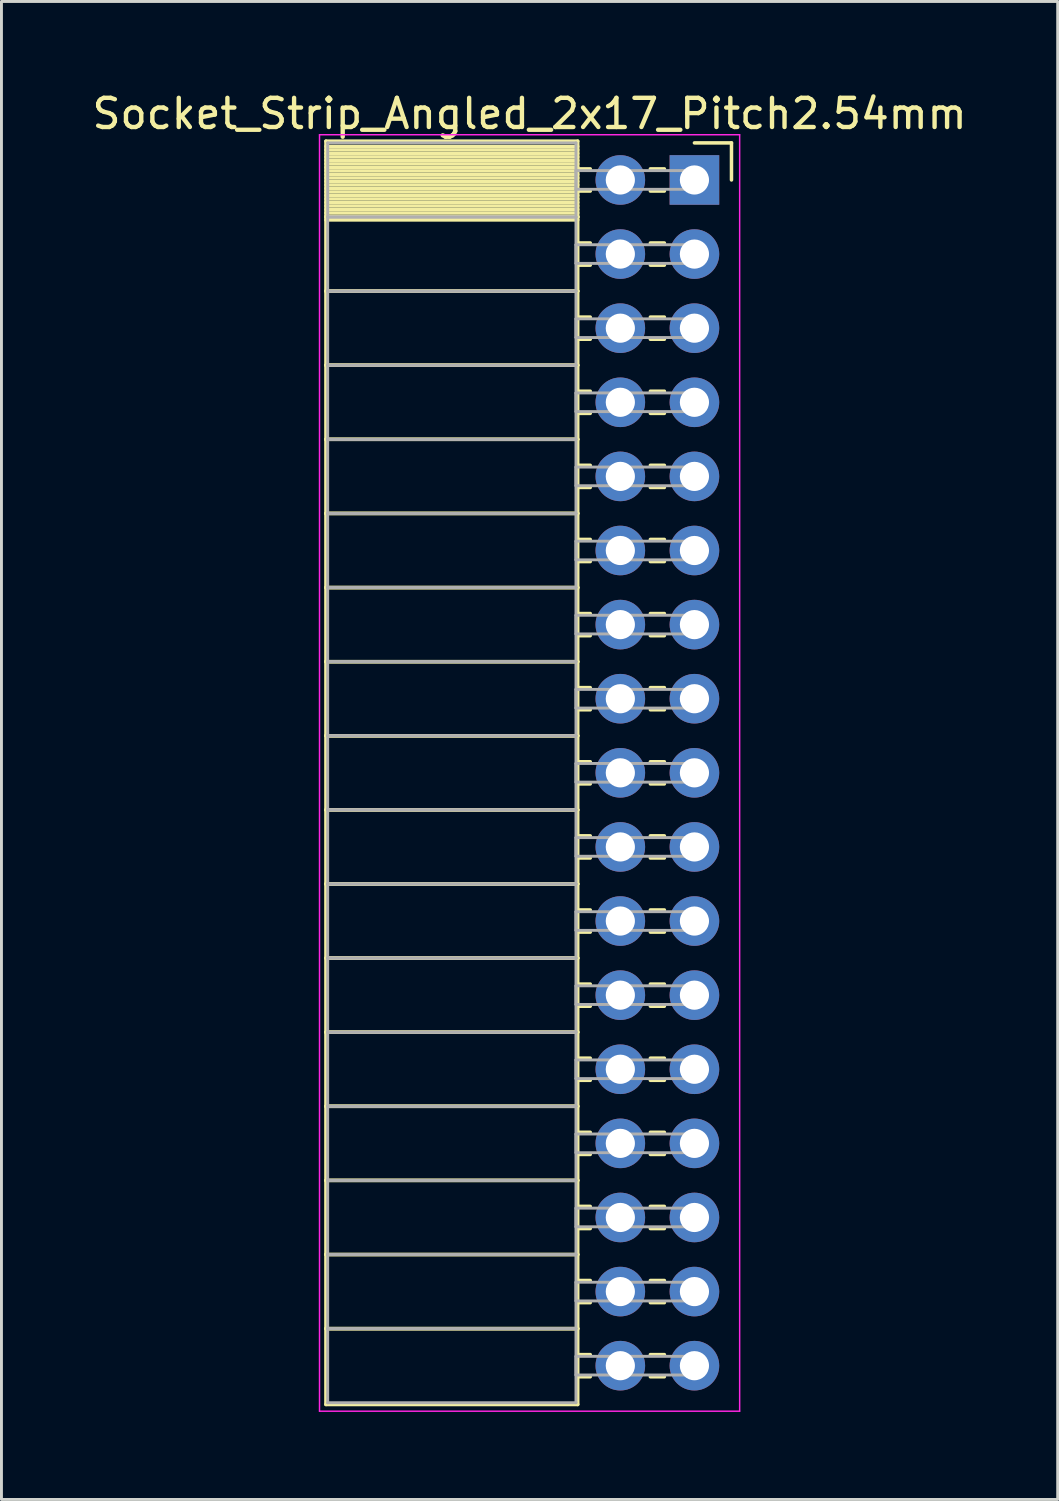
<source format=kicad_pcb>
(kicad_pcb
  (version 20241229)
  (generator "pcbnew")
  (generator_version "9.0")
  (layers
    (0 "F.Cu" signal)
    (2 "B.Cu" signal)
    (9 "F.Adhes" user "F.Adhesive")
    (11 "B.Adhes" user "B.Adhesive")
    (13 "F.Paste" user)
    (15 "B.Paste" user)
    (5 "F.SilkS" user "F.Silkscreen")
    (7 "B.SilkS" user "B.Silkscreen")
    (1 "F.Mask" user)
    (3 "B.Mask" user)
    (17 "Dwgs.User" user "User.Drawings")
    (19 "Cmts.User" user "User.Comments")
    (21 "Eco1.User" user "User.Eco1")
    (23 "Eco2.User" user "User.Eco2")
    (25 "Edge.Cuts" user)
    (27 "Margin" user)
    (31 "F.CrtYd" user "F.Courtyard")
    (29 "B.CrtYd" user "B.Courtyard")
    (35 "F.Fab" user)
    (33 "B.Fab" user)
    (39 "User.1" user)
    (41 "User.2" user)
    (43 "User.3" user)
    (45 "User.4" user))
  (footprint "Socket_Strip_Angled_2x17_Pitch2.54mm"
    (layer "F.Cu")
    (at 20.751 3.118)
    (property "Reference" "Socket_Strip_Angled_2x17_Pitch2.54mm" (at -5.65 -2.27 0) (layer "F.SilkS") (effects (font (size 1 1) (thickness 0.15))))
    (attr through_hole)
    (fp_line (start -12.63 -1.33) (end -4 -1.33) (stroke (width 0.12) (type solid)) (layer "F.SilkS"))
    (fp_line (start -12.63 1.27) (end -12.63 -1.33) (stroke (width 0.12) (type solid)) (layer "F.SilkS"))
    (fp_line (start -12.63 1.27) (end -4 1.27) (stroke (width 0.12) (type solid)) (layer "F.SilkS"))
    (fp_line (start -12.63 3.81) (end -12.63 1.27) (stroke (width 0.12) (type solid)) (layer "F.SilkS"))
    (fp_line (start -12.63 3.81) (end -4 3.81) (stroke (width 0.12) (type solid)) (layer "F.SilkS"))
    (fp_line (start -12.63 6.35) (end -12.63 3.81) (stroke (width 0.12) (type solid)) (layer "F.SilkS"))
    (fp_line (start -12.63 6.35) (end -4 6.35) (stroke (width 0.12) (type solid)) (layer "F.SilkS"))
    (fp_line (start -12.63 8.89) (end -12.63 6.35) (stroke (width 0.12) (type solid)) (layer "F.SilkS"))
    (fp_line (start -12.63 8.89) (end -4 8.89) (stroke (width 0.12) (type solid)) (layer "F.SilkS"))
    (fp_line (start -12.63 11.43) (end -12.63 8.89) (stroke (width 0.12) (type solid)) (layer "F.SilkS"))
    (fp_line (start -12.63 11.43) (end -4 11.43) (stroke (width 0.12) (type solid)) (layer "F.SilkS"))
    (fp_line (start -12.63 13.97) (end -12.63 11.43) (stroke (width 0.12) (type solid)) (layer "F.SilkS"))
    (fp_line (start -12.63 13.97) (end -4 13.97) (stroke (width 0.12) (type solid)) (layer "F.SilkS"))
    (fp_line (start -12.63 16.51) (end -12.63 13.97) (stroke (width 0.12) (type solid)) (layer "F.SilkS"))
    (fp_line (start -12.63 16.51) (end -4 16.51) (stroke (width 0.12) (type solid)) (layer "F.SilkS"))
    (fp_line (start -12.63 19.05) (end -12.63 16.51) (stroke (width 0.12) (type solid)) (layer "F.SilkS"))
    (fp_line (start -12.63 19.05) (end -4 19.05) (stroke (width 0.12) (type solid)) (layer "F.SilkS"))
    (fp_line (start -12.63 21.59) (end -12.63 19.05) (stroke (width 0.12) (type solid)) (layer "F.SilkS"))
    (fp_line (start -12.63 21.59) (end -4 21.59) (stroke (width 0.12) (type solid)) (layer "F.SilkS"))
    (fp_line (start -12.63 24.13) (end -12.63 21.59) (stroke (width 0.12) (type solid)) (layer "F.SilkS"))
    (fp_line (start -12.63 24.13) (end -4 24.13) (stroke (width 0.12) (type solid)) (layer "F.SilkS"))
    (fp_line (start -12.63 26.67) (end -12.63 24.13) (stroke (width 0.12) (type solid)) (layer "F.SilkS"))
    (fp_line (start -12.63 26.67) (end -4 26.67) (stroke (width 0.12) (type solid)) (layer "F.SilkS"))
    (fp_line (start -12.63 29.21) (end -12.63 26.67) (stroke (width 0.12) (type solid)) (layer "F.SilkS"))
    (fp_line (start -12.63 29.21) (end -4 29.21) (stroke (width 0.12) (type solid)) (layer "F.SilkS"))
    (fp_line (start -12.63 31.75) (end -12.63 29.21) (stroke (width 0.12) (type solid)) (layer "F.SilkS"))
    (fp_line (start -12.63 31.75) (end -4 31.75) (stroke (width 0.12) (type solid)) (layer "F.SilkS"))
    (fp_line (start -12.63 34.29) (end -12.63 31.75) (stroke (width 0.12) (type solid)) (layer "F.SilkS"))
    (fp_line (start -12.63 34.29) (end -4 34.29) (stroke (width 0.12) (type solid)) (layer "F.SilkS"))
    (fp_line (start -12.63 36.83) (end -12.63 34.29) (stroke (width 0.12) (type solid)) (layer "F.SilkS"))
    (fp_line (start -12.63 36.83) (end -4 36.83) (stroke (width 0.12) (type solid)) (layer "F.SilkS"))
    (fp_line (start -12.63 39.37) (end -12.63 36.83) (stroke (width 0.12) (type solid)) (layer "F.SilkS"))
    (fp_line (start -12.63 39.37) (end -4 39.37) (stroke (width 0.12) (type solid)) (layer "F.SilkS"))
    (fp_line (start -12.63 41.97) (end -12.63 39.37) (stroke (width 0.12) (type solid)) (layer "F.SilkS"))
    (fp_line (start -4 -1.33) (end -4 1.27) (stroke (width 0.12) (type solid)) (layer "F.SilkS"))
    (fp_line (start -4 -1.15) (end -12.63 -1.15) (stroke (width 0.12) (type solid)) (layer "F.SilkS"))
    (fp_line (start -4 -1.03) (end -12.63 -1.03) (stroke (width 0.12) (type solid)) (layer "F.SilkS"))
    (fp_line (start -4 -0.91) (end -12.63 -0.91) (stroke (width 0.12) (type solid)) (layer "F.SilkS"))
    (fp_line (start -4 -0.79) (end -12.63 -0.79) (stroke (width 0.12) (type solid)) (layer "F.SilkS"))
    (fp_line (start -4 -0.67) (end -12.63 -0.67) (stroke (width 0.12) (type solid)) (layer "F.SilkS"))
    (fp_line (start -4 -0.55) (end -12.63 -0.55) (stroke (width 0.12) (type solid)) (layer "F.SilkS"))
    (fp_line (start -4 -0.43) (end -12.63 -0.43) (stroke (width 0.12) (type solid)) (layer "F.SilkS"))
    (fp_line (start -4 -0.31) (end -12.63 -0.31) (stroke (width 0.12) (type solid)) (layer "F.SilkS"))
    (fp_line (start -4 -0.19) (end -12.63 -0.19) (stroke (width 0.12) (type solid)) (layer "F.SilkS"))
    (fp_line (start -4 -0.07) (end -12.63 -0.07) (stroke (width 0.12) (type solid)) (layer "F.SilkS"))
    (fp_line (start -4 0.05) (end -12.63 0.05) (stroke (width 0.12) (type solid)) (layer "F.SilkS"))
    (fp_line (start -4 0.17) (end -12.63 0.17) (stroke (width 0.12) (type solid)) (layer "F.SilkS"))
    (fp_line (start -4 0.29) (end -12.63 0.29) (stroke (width 0.12) (type solid)) (layer "F.SilkS"))
    (fp_line (start -4 0.41) (end -12.63 0.41) (stroke (width 0.12) (type solid)) (layer "F.SilkS"))
    (fp_line (start -4 0.53) (end -12.63 0.53) (stroke (width 0.12) (type solid)) (layer "F.SilkS"))
    (fp_line (start -4 0.65) (end -12.63 0.65) (stroke (width 0.12) (type solid)) (layer "F.SilkS"))
    (fp_line (start -4 0.77) (end -12.63 0.77) (stroke (width 0.12) (type solid)) (layer "F.SilkS"))
    (fp_line (start -4 0.89) (end -12.63 0.89) (stroke (width 0.12) (type solid)) (layer "F.SilkS"))
    (fp_line (start -4 1.01) (end -12.63 1.01) (stroke (width 0.12) (type solid)) (layer "F.SilkS"))
    (fp_line (start -4 1.13) (end -12.63 1.13) (stroke (width 0.12) (type solid)) (layer "F.SilkS"))
    (fp_line (start -4 1.25) (end -12.63 1.25) (stroke (width 0.12) (type solid)) (layer "F.SilkS"))
    (fp_line (start -4 1.27) (end -12.63 1.27) (stroke (width 0.12) (type solid)) (layer "F.SilkS"))
    (fp_line (start -4 1.27) (end -4 3.81) (stroke (width 0.12) (type solid)) (layer "F.SilkS"))
    (fp_line (start -4 1.37) (end -12.63 1.37) (stroke (width 0.12) (type solid)) (layer "F.SilkS"))
    (fp_line (start -4 3.81) (end -12.63 3.81) (stroke (width 0.12) (type solid)) (layer "F.SilkS"))
    (fp_line (start -4 3.81) (end -4 6.35) (stroke (width 0.12) (type solid)) (layer "F.SilkS"))
    (fp_line (start -4 6.35) (end -12.63 6.35) (stroke (width 0.12) (type solid)) (layer "F.SilkS"))
    (fp_line (start -4 6.35) (end -4 8.89) (stroke (width 0.12) (type solid)) (layer "F.SilkS"))
    (fp_line (start -4 8.89) (end -12.63 8.89) (stroke (width 0.12) (type solid)) (layer "F.SilkS"))
    (fp_line (start -4 8.89) (end -4 11.43) (stroke (width 0.12) (type solid)) (layer "F.SilkS"))
    (fp_line (start -4 11.43) (end -12.63 11.43) (stroke (width 0.12) (type solid)) (layer "F.SilkS"))
    (fp_line (start -4 11.43) (end -4 13.97) (stroke (width 0.12) (type solid)) (layer "F.SilkS"))
    (fp_line (start -4 13.97) (end -12.63 13.97) (stroke (width 0.12) (type solid)) (layer "F.SilkS"))
    (fp_line (start -4 13.97) (end -4 16.51) (stroke (width 0.12) (type solid)) (layer "F.SilkS"))
    (fp_line (start -4 16.51) (end -12.63 16.51) (stroke (width 0.12) (type solid)) (layer "F.SilkS"))
    (fp_line (start -4 16.51) (end -4 19.05) (stroke (width 0.12) (type solid)) (layer "F.SilkS"))
    (fp_line (start -4 19.05) (end -12.63 19.05) (stroke (width 0.12) (type solid)) (layer "F.SilkS"))
    (fp_line (start -4 19.05) (end -4 21.59) (stroke (width 0.12) (type solid)) (layer "F.SilkS"))
    (fp_line (start -4 21.59) (end -12.63 21.59) (stroke (width 0.12) (type solid)) (layer "F.SilkS"))
    (fp_line (start -4 21.59) (end -4 24.13) (stroke (width 0.12) (type solid)) (layer "F.SilkS"))
    (fp_line (start -4 24.13) (end -12.63 24.13) (stroke (width 0.12) (type solid)) (layer "F.SilkS"))
    (fp_line (start -4 24.13) (end -4 26.67) (stroke (width 0.12) (type solid)) (layer "F.SilkS"))
    (fp_line (start -4 26.67) (end -12.63 26.67) (stroke (width 0.12) (type solid)) (layer "F.SilkS"))
    (fp_line (start -4 26.67) (end -4 29.21) (stroke (width 0.12) (type solid)) (layer "F.SilkS"))
    (fp_line (start -4 29.21) (end -12.63 29.21) (stroke (width 0.12) (type solid)) (layer "F.SilkS"))
    (fp_line (start -4 29.21) (end -4 31.75) (stroke (width 0.12) (type solid)) (layer "F.SilkS"))
    (fp_line (start -4 31.75) (end -12.63 31.75) (stroke (width 0.12) (type solid)) (layer "F.SilkS"))
    (fp_line (start -4 31.75) (end -4 34.29) (stroke (width 0.12) (type solid)) (layer "F.SilkS"))
    (fp_line (start -4 34.29) (end -12.63 34.29) (stroke (width 0.12) (type solid)) (layer "F.SilkS"))
    (fp_line (start -4 34.29) (end -4 36.83) (stroke (width 0.12) (type solid)) (layer "F.SilkS"))
    (fp_line (start -4 36.83) (end -12.63 36.83) (stroke (width 0.12) (type solid)) (layer "F.SilkS"))
    (fp_line (start -4 36.83) (end -4 39.37) (stroke (width 0.12) (type solid)) (layer "F.SilkS"))
    (fp_line (start -4 39.37) (end -12.63 39.37) (stroke (width 0.12) (type solid)) (layer "F.SilkS"))
    (fp_line (start -4 39.37) (end -4 41.97) (stroke (width 0.12) (type solid)) (layer "F.SilkS"))
    (fp_line (start -4 41.97) (end -12.63 41.97) (stroke (width 0.12) (type solid)) (layer "F.SilkS"))
    (fp_line (start -3.57 -0.38) (end -4 -0.38) (stroke (width 0.12) (type solid)) (layer "F.SilkS"))
    (fp_line (start -3.57 0.38) (end -4 0.38) (stroke (width 0.12) (type solid)) (layer "F.SilkS"))
    (fp_line (start -3.57 2.16) (end -4 2.16) (stroke (width 0.12) (type solid)) (layer "F.SilkS"))
    (fp_line (start -3.57 2.92) (end -4 2.92) (stroke (width 0.12) (type solid)) (layer "F.SilkS"))
    (fp_line (start -3.57 4.7) (end -4 4.7) (stroke (width 0.12) (type solid)) (layer "F.SilkS"))
    (fp_line (start -3.57 5.46) (end -4 5.46) (stroke (width 0.12) (type solid)) (layer "F.SilkS"))
    (fp_line (start -3.57 7.24) (end -4 7.24) (stroke (width 0.12) (type solid)) (layer "F.SilkS"))
    (fp_line (start -3.57 8) (end -4 8) (stroke (width 0.12) (type solid)) (layer "F.SilkS"))
    (fp_line (start -3.57 9.78) (end -4 9.78) (stroke (width 0.12) (type solid)) (layer "F.SilkS"))
    (fp_line (start -3.57 10.54) (end -4 10.54) (stroke (width 0.12) (type solid)) (layer "F.SilkS"))
    (fp_line (start -3.57 12.32) (end -4 12.32) (stroke (width 0.12) (type solid)) (layer "F.SilkS"))
    (fp_line (start -3.57 13.08) (end -4 13.08) (stroke (width 0.12) (type solid)) (layer "F.SilkS"))
    (fp_line (start -3.57 14.86) (end -4 14.86) (stroke (width 0.12) (type solid)) (layer "F.SilkS"))
    (fp_line (start -3.57 15.62) (end -4 15.62) (stroke (width 0.12) (type solid)) (layer "F.SilkS"))
    (fp_line (start -3.57 17.4) (end -4 17.4) (stroke (width 0.12) (type solid)) (layer "F.SilkS"))
    (fp_line (start -3.57 18.16) (end -4 18.16) (stroke (width 0.12) (type solid)) (layer "F.SilkS"))
    (fp_line (start -3.57 19.94) (end -4 19.94) (stroke (width 0.12) (type solid)) (layer "F.SilkS"))
    (fp_line (start -3.57 20.7) (end -4 20.7) (stroke (width 0.12) (type solid)) (layer "F.SilkS"))
    (fp_line (start -3.57 22.48) (end -4 22.48) (stroke (width 0.12) (type solid)) (layer "F.SilkS"))
    (fp_line (start -3.57 23.24) (end -4 23.24) (stroke (width 0.12) (type solid)) (layer "F.SilkS"))
    (fp_line (start -3.57 25.02) (end -4 25.02) (stroke (width 0.12) (type solid)) (layer "F.SilkS"))
    (fp_line (start -3.57 25.78) (end -4 25.78) (stroke (width 0.12) (type solid)) (layer "F.SilkS"))
    (fp_line (start -3.57 27.56) (end -4 27.56) (stroke (width 0.12) (type solid)) (layer "F.SilkS"))
    (fp_line (start -3.57 28.32) (end -4 28.32) (stroke (width 0.12) (type solid)) (layer "F.SilkS"))
    (fp_line (start -3.57 30.1) (end -4 30.1) (stroke (width 0.12) (type solid)) (layer "F.SilkS"))
    (fp_line (start -3.57 30.86) (end -4 30.86) (stroke (width 0.12) (type solid)) (layer "F.SilkS"))
    (fp_line (start -3.57 32.64) (end -4 32.64) (stroke (width 0.12) (type solid)) (layer "F.SilkS"))
    (fp_line (start -3.57 33.4) (end -4 33.4) (stroke (width 0.12) (type solid)) (layer "F.SilkS"))
    (fp_line (start -3.57 35.18) (end -4 35.18) (stroke (width 0.12) (type solid)) (layer "F.SilkS"))
    (fp_line (start -3.57 35.94) (end -4 35.94) (stroke (width 0.12) (type solid)) (layer "F.SilkS"))
    (fp_line (start -3.57 37.72) (end -4 37.72) (stroke (width 0.12) (type solid)) (layer "F.SilkS"))
    (fp_line (start -3.57 38.48) (end -4 38.48) (stroke (width 0.12) (type solid)) (layer "F.SilkS"))
    (fp_line (start -3.57 40.26) (end -4 40.26) (stroke (width 0.12) (type solid)) (layer "F.SilkS"))
    (fp_line (start -3.57 41.02) (end -4 41.02) (stroke (width 0.12) (type solid)) (layer "F.SilkS"))
    (fp_line (start -1.03 -0.38) (end -1.51 -0.38) (stroke (width 0.12) (type solid)) (layer "F.SilkS"))
    (fp_line (start -1.03 0.38) (end -1.51 0.38) (stroke (width 0.12) (type solid)) (layer "F.SilkS"))
    (fp_line (start -1.03 2.16) (end -1.51 2.16) (stroke (width 0.12) (type solid)) (layer "F.SilkS"))
    (fp_line (start -1.03 2.92) (end -1.51 2.92) (stroke (width 0.12) (type solid)) (layer "F.SilkS"))
    (fp_line (start -1.03 4.7) (end -1.51 4.7) (stroke (width 0.12) (type solid)) (layer "F.SilkS"))
    (fp_line (start -1.03 5.46) (end -1.51 5.46) (stroke (width 0.12) (type solid)) (layer "F.SilkS"))
    (fp_line (start -1.03 7.24) (end -1.51 7.24) (stroke (width 0.12) (type solid)) (layer "F.SilkS"))
    (fp_line (start -1.03 8) (end -1.51 8) (stroke (width 0.12) (type solid)) (layer "F.SilkS"))
    (fp_line (start -1.03 9.78) (end -1.51 9.78) (stroke (width 0.12) (type solid)) (layer "F.SilkS"))
    (fp_line (start -1.03 10.54) (end -1.51 10.54) (stroke (width 0.12) (type solid)) (layer "F.SilkS"))
    (fp_line (start -1.03 12.32) (end -1.51 12.32) (stroke (width 0.12) (type solid)) (layer "F.SilkS"))
    (fp_line (start -1.03 13.08) (end -1.51 13.08) (stroke (width 0.12) (type solid)) (layer "F.SilkS"))
    (fp_line (start -1.03 14.86) (end -1.51 14.86) (stroke (width 0.12) (type solid)) (layer "F.SilkS"))
    (fp_line (start -1.03 15.62) (end -1.51 15.62) (stroke (width 0.12) (type solid)) (layer "F.SilkS"))
    (fp_line (start -1.03 17.4) (end -1.51 17.4) (stroke (width 0.12) (type solid)) (layer "F.SilkS"))
    (fp_line (start -1.03 18.16) (end -1.51 18.16) (stroke (width 0.12) (type solid)) (layer "F.SilkS"))
    (fp_line (start -1.03 19.94) (end -1.51 19.94) (stroke (width 0.12) (type solid)) (layer "F.SilkS"))
    (fp_line (start -1.03 20.7) (end -1.51 20.7) (stroke (width 0.12) (type solid)) (layer "F.SilkS"))
    (fp_line (start -1.03 22.48) (end -1.51 22.48) (stroke (width 0.12) (type solid)) (layer "F.SilkS"))
    (fp_line (start -1.03 23.24) (end -1.51 23.24) (stroke (width 0.12) (type solid)) (layer "F.SilkS"))
    (fp_line (start -1.03 25.02) (end -1.51 25.02) (stroke (width 0.12) (type solid)) (layer "F.SilkS"))
    (fp_line (start -1.03 25.78) (end -1.51 25.78) (stroke (width 0.12) (type solid)) (layer "F.SilkS"))
    (fp_line (start -1.03 27.56) (end -1.51 27.56) (stroke (width 0.12) (type solid)) (layer "F.SilkS"))
    (fp_line (start -1.03 28.32) (end -1.51 28.32) (stroke (width 0.12) (type solid)) (layer "F.SilkS"))
    (fp_line (start -1.03 30.1) (end -1.51 30.1) (stroke (width 0.12) (type solid)) (layer "F.SilkS"))
    (fp_line (start -1.03 30.86) (end -1.51 30.86) (stroke (width 0.12) (type solid)) (layer "F.SilkS"))
    (fp_line (start -1.03 32.64) (end -1.51 32.64) (stroke (width 0.12) (type solid)) (layer "F.SilkS"))
    (fp_line (start -1.03 33.4) (end -1.51 33.4) (stroke (width 0.12) (type solid)) (layer "F.SilkS"))
    (fp_line (start -1.03 35.18) (end -1.51 35.18) (stroke (width 0.12) (type solid)) (layer "F.SilkS"))
    (fp_line (start -1.03 35.94) (end -1.51 35.94) (stroke (width 0.12) (type solid)) (layer "F.SilkS"))
    (fp_line (start -1.03 37.72) (end -1.51 37.72) (stroke (width 0.12) (type solid)) (layer "F.SilkS"))
    (fp_line (start -1.03 38.48) (end -1.51 38.48) (stroke (width 0.12) (type solid)) (layer "F.SilkS"))
    (fp_line (start -1.03 40.26) (end -1.51 40.26) (stroke (width 0.12) (type solid)) (layer "F.SilkS"))
    (fp_line (start -1.03 41.02) (end -1.51 41.02) (stroke (width 0.12) (type solid)) (layer "F.SilkS"))
    (fp_line (start 0 -1.27) (end 1.27 -1.27) (stroke (width 0.12) (type solid)) (layer "F.SilkS"))
    (fp_line (start 1.27 -1.27) (end 1.27 0) (stroke (width 0.12) (type solid)) (layer "F.SilkS"))
    (fp_line (start -12.85 -1.55) (end 1.55 -1.55) (stroke (width 0.05) (type solid)) (layer "F.CrtYd"))
    (fp_line (start -12.85 42.2) (end -12.85 -1.55) (stroke (width 0.05) (type solid)) (layer "F.CrtYd"))
    (fp_line (start 1.55 -1.55) (end 1.55 42.2) (stroke (width 0.05) (type solid)) (layer "F.CrtYd"))
    (fp_line (start 1.55 42.2) (end -12.85 42.2) (stroke (width 0.05) (type solid)) (layer "F.CrtYd"))
    (fp_line (start -12.57 -1.27) (end -4.06 -1.27) (stroke (width 0.1) (type solid)) (layer "F.Fab"))
    (fp_line (start -12.57 1.27) (end -12.57 -1.27) (stroke (width 0.1) (type solid)) (layer "F.Fab"))
    (fp_line (start -12.57 1.27) (end -4.06 1.27) (stroke (width 0.1) (type solid)) (layer "F.Fab"))
    (fp_line (start -12.57 3.81) (end -12.57 1.27) (stroke (width 0.1) (type solid)) (layer "F.Fab"))
    (fp_line (start -12.57 3.81) (end -4.06 3.81) (stroke (width 0.1) (type solid)) (layer "F.Fab"))
    (fp_line (start -12.57 6.35) (end -12.57 3.81) (stroke (width 0.1) (type solid)) (layer "F.Fab"))
    (fp_line (start -12.57 6.35) (end -4.06 6.35) (stroke (width 0.1) (type solid)) (layer "F.Fab"))
    (fp_line (start -12.57 8.89) (end -12.57 6.35) (stroke (width 0.1) (type solid)) (layer "F.Fab"))
    (fp_line (start -12.57 8.89) (end -4.06 8.89) (stroke (width 0.1) (type solid)) (layer "F.Fab"))
    (fp_line (start -12.57 11.43) (end -12.57 8.89) (stroke (width 0.1) (type solid)) (layer "F.Fab"))
    (fp_line (start -12.57 11.43) (end -4.06 11.43) (stroke (width 0.1) (type solid)) (layer "F.Fab"))
    (fp_line (start -12.57 13.97) (end -12.57 11.43) (stroke (width 0.1) (type solid)) (layer "F.Fab"))
    (fp_line (start -12.57 13.97) (end -4.06 13.97) (stroke (width 0.1) (type solid)) (layer "F.Fab"))
    (fp_line (start -12.57 16.51) (end -12.57 13.97) (stroke (width 0.1) (type solid)) (layer "F.Fab"))
    (fp_line (start -12.57 16.51) (end -4.06 16.51) (stroke (width 0.1) (type solid)) (layer "F.Fab"))
    (fp_line (start -12.57 19.05) (end -12.57 16.51) (stroke (width 0.1) (type solid)) (layer "F.Fab"))
    (fp_line (start -12.57 19.05) (end -4.06 19.05) (stroke (width 0.1) (type solid)) (layer "F.Fab"))
    (fp_line (start -12.57 21.59) (end -12.57 19.05) (stroke (width 0.1) (type solid)) (layer "F.Fab"))
    (fp_line (start -12.57 21.59) (end -4.06 21.59) (stroke (width 0.1) (type solid)) (layer "F.Fab"))
    (fp_line (start -12.57 24.13) (end -12.57 21.59) (stroke (width 0.1) (type solid)) (layer "F.Fab"))
    (fp_line (start -12.57 24.13) (end -4.06 24.13) (stroke (width 0.1) (type solid)) (layer "F.Fab"))
    (fp_line (start -12.57 26.67) (end -12.57 24.13) (stroke (width 0.1) (type solid)) (layer "F.Fab"))
    (fp_line (start -12.57 26.67) (end -4.06 26.67) (stroke (width 0.1) (type solid)) (layer "F.Fab"))
    (fp_line (start -12.57 29.21) (end -12.57 26.67) (stroke (width 0.1) (type solid)) (layer "F.Fab"))
    (fp_line (start -12.57 29.21) (end -4.06 29.21) (stroke (width 0.1) (type solid)) (layer "F.Fab"))
    (fp_line (start -12.57 31.75) (end -12.57 29.21) (stroke (width 0.1) (type solid)) (layer "F.Fab"))
    (fp_line (start -12.57 31.75) (end -4.06 31.75) (stroke (width 0.1) (type solid)) (layer "F.Fab"))
    (fp_line (start -12.57 34.29) (end -12.57 31.75) (stroke (width 0.1) (type solid)) (layer "F.Fab"))
    (fp_line (start -12.57 34.29) (end -4.06 34.29) (stroke (width 0.1) (type solid)) (layer "F.Fab"))
    (fp_line (start -12.57 36.83) (end -12.57 34.29) (stroke (width 0.1) (type solid)) (layer "F.Fab"))
    (fp_line (start -12.57 36.83) (end -4.06 36.83) (stroke (width 0.1) (type solid)) (layer "F.Fab"))
    (fp_line (start -12.57 39.37) (end -12.57 36.83) (stroke (width 0.1) (type solid)) (layer "F.Fab"))
    (fp_line (start -12.57 39.37) (end -4.06 39.37) (stroke (width 0.1) (type solid)) (layer "F.Fab"))
    (fp_line (start -12.57 41.91) (end -12.57 39.37) (stroke (width 0.1) (type solid)) (layer "F.Fab"))
    (fp_line (start -4.06 -1.27) (end -4.06 1.27) (stroke (width 0.1) (type solid)) (layer "F.Fab"))
    (fp_line (start -4.06 -0.32) (end 0 -0.32) (stroke (width 0.1) (type solid)) (layer "F.Fab"))
    (fp_line (start -4.06 0.32) (end -4.06 -0.32) (stroke (width 0.1) (type solid)) (layer "F.Fab"))
    (fp_line (start -4.06 1.27) (end -12.57 1.27) (stroke (width 0.1) (type solid)) (layer "F.Fab"))
    (fp_line (start -4.06 1.27) (end -4.06 3.81) (stroke (width 0.1) (type solid)) (layer "F.Fab"))
    (fp_line (start -4.06 2.22) (end 0 2.22) (stroke (width 0.1) (type solid)) (layer "F.Fab"))
    (fp_line (start -4.06 2.86) (end -4.06 2.22) (stroke (width 0.1) (type solid)) (layer "F.Fab"))
    (fp_line (start -4.06 3.81) (end -12.57 3.81) (stroke (width 0.1) (type solid)) (layer "F.Fab"))
    (fp_line (start -4.06 3.81) (end -4.06 6.35) (stroke (width 0.1) (type solid)) (layer "F.Fab"))
    (fp_line (start -4.06 4.76) (end 0 4.76) (stroke (width 0.1) (type solid)) (layer "F.Fab"))
    (fp_line (start -4.06 5.4) (end -4.06 4.76) (stroke (width 0.1) (type solid)) (layer "F.Fab"))
    (fp_line (start -4.06 6.35) (end -12.57 6.35) (stroke (width 0.1) (type solid)) (layer "F.Fab"))
    (fp_line (start -4.06 6.35) (end -4.06 8.89) (stroke (width 0.1) (type solid)) (layer "F.Fab"))
    (fp_line (start -4.06 7.3) (end 0 7.3) (stroke (width 0.1) (type solid)) (layer "F.Fab"))
    (fp_line (start -4.06 7.94) (end -4.06 7.3) (stroke (width 0.1) (type solid)) (layer "F.Fab"))
    (fp_line (start -4.06 8.89) (end -12.57 8.89) (stroke (width 0.1) (type solid)) (layer "F.Fab"))
    (fp_line (start -4.06 8.89) (end -4.06 11.43) (stroke (width 0.1) (type solid)) (layer "F.Fab"))
    (fp_line (start -4.06 9.84) (end 0 9.84) (stroke (width 0.1) (type solid)) (layer "F.Fab"))
    (fp_line (start -4.06 10.48) (end -4.06 9.84) (stroke (width 0.1) (type solid)) (layer "F.Fab"))
    (fp_line (start -4.06 11.43) (end -12.57 11.43) (stroke (width 0.1) (type solid)) (layer "F.Fab"))
    (fp_line (start -4.06 11.43) (end -4.06 13.97) (stroke (width 0.1) (type solid)) (layer "F.Fab"))
    (fp_line (start -4.06 12.38) (end 0 12.38) (stroke (width 0.1) (type solid)) (layer "F.Fab"))
    (fp_line (start -4.06 13.02) (end -4.06 12.38) (stroke (width 0.1) (type solid)) (layer "F.Fab"))
    (fp_line (start -4.06 13.97) (end -12.57 13.97) (stroke (width 0.1) (type solid)) (layer "F.Fab"))
    (fp_line (start -4.06 13.97) (end -4.06 16.51) (stroke (width 0.1) (type solid)) (layer "F.Fab"))
    (fp_line (start -4.06 14.92) (end 0 14.92) (stroke (width 0.1) (type solid)) (layer "F.Fab"))
    (fp_line (start -4.06 15.56) (end -4.06 14.92) (stroke (width 0.1) (type solid)) (layer "F.Fab"))
    (fp_line (start -4.06 16.51) (end -12.57 16.51) (stroke (width 0.1) (type solid)) (layer "F.Fab"))
    (fp_line (start -4.06 16.51) (end -4.06 19.05) (stroke (width 0.1) (type solid)) (layer "F.Fab"))
    (fp_line (start -4.06 17.46) (end 0 17.46) (stroke (width 0.1) (type solid)) (layer "F.Fab"))
    (fp_line (start -4.06 18.1) (end -4.06 17.46) (stroke (width 0.1) (type solid)) (layer "F.Fab"))
    (fp_line (start -4.06 19.05) (end -12.57 19.05) (stroke (width 0.1) (type solid)) (layer "F.Fab"))
    (fp_line (start -4.06 19.05) (end -4.06 21.59) (stroke (width 0.1) (type solid)) (layer "F.Fab"))
    (fp_line (start -4.06 20) (end 0 20) (stroke (width 0.1) (type solid)) (layer "F.Fab"))
    (fp_line (start -4.06 20.64) (end -4.06 20) (stroke (width 0.1) (type solid)) (layer "F.Fab"))
    (fp_line (start -4.06 21.59) (end -12.57 21.59) (stroke (width 0.1) (type solid)) (layer "F.Fab"))
    (fp_line (start -4.06 21.59) (end -4.06 24.13) (stroke (width 0.1) (type solid)) (layer "F.Fab"))
    (fp_line (start -4.06 22.54) (end 0 22.54) (stroke (width 0.1) (type solid)) (layer "F.Fab"))
    (fp_line (start -4.06 23.18) (end -4.06 22.54) (stroke (width 0.1) (type solid)) (layer "F.Fab"))
    (fp_line (start -4.06 24.13) (end -12.57 24.13) (stroke (width 0.1) (type solid)) (layer "F.Fab"))
    (fp_line (start -4.06 24.13) (end -4.06 26.67) (stroke (width 0.1) (type solid)) (layer "F.Fab"))
    (fp_line (start -4.06 25.08) (end 0 25.08) (stroke (width 0.1) (type solid)) (layer "F.Fab"))
    (fp_line (start -4.06 25.72) (end -4.06 25.08) (stroke (width 0.1) (type solid)) (layer "F.Fab"))
    (fp_line (start -4.06 26.67) (end -12.57 26.67) (stroke (width 0.1) (type solid)) (layer "F.Fab"))
    (fp_line (start -4.06 26.67) (end -4.06 29.21) (stroke (width 0.1) (type solid)) (layer "F.Fab"))
    (fp_line (start -4.06 27.62) (end 0 27.62) (stroke (width 0.1) (type solid)) (layer "F.Fab"))
    (fp_line (start -4.06 28.26) (end -4.06 27.62) (stroke (width 0.1) (type solid)) (layer "F.Fab"))
    (fp_line (start -4.06 29.21) (end -12.57 29.21) (stroke (width 0.1) (type solid)) (layer "F.Fab"))
    (fp_line (start -4.06 29.21) (end -4.06 31.75) (stroke (width 0.1) (type solid)) (layer "F.Fab"))
    (fp_line (start -4.06 30.16) (end 0 30.16) (stroke (width 0.1) (type solid)) (layer "F.Fab"))
    (fp_line (start -4.06 30.8) (end -4.06 30.16) (stroke (width 0.1) (type solid)) (layer "F.Fab"))
    (fp_line (start -4.06 31.75) (end -12.57 31.75) (stroke (width 0.1) (type solid)) (layer "F.Fab"))
    (fp_line (start -4.06 31.75) (end -4.06 34.29) (stroke (width 0.1) (type solid)) (layer "F.Fab"))
    (fp_line (start -4.06 32.7) (end 0 32.7) (stroke (width 0.1) (type solid)) (layer "F.Fab"))
    (fp_line (start -4.06 33.34) (end -4.06 32.7) (stroke (width 0.1) (type solid)) (layer "F.Fab"))
    (fp_line (start -4.06 34.29) (end -12.57 34.29) (stroke (width 0.1) (type solid)) (layer "F.Fab"))
    (fp_line (start -4.06 34.29) (end -4.06 36.83) (stroke (width 0.1) (type solid)) (layer "F.Fab"))
    (fp_line (start -4.06 35.24) (end 0 35.24) (stroke (width 0.1) (type solid)) (layer "F.Fab"))
    (fp_line (start -4.06 35.88) (end -4.06 35.24) (stroke (width 0.1) (type solid)) (layer "F.Fab"))
    (fp_line (start -4.06 36.83) (end -12.57 36.83) (stroke (width 0.1) (type solid)) (layer "F.Fab"))
    (fp_line (start -4.06 36.83) (end -4.06 39.37) (stroke (width 0.1) (type solid)) (layer "F.Fab"))
    (fp_line (start -4.06 37.78) (end 0 37.78) (stroke (width 0.1) (type solid)) (layer "F.Fab"))
    (fp_line (start -4.06 38.42) (end -4.06 37.78) (stroke (width 0.1) (type solid)) (layer "F.Fab"))
    (fp_line (start -4.06 39.37) (end -12.57 39.37) (stroke (width 0.1) (type solid)) (layer "F.Fab"))
    (fp_line (start -4.06 39.37) (end -4.06 41.91) (stroke (width 0.1) (type solid)) (layer "F.Fab"))
    (fp_line (start -4.06 40.32) (end 0 40.32) (stroke (width 0.1) (type solid)) (layer "F.Fab"))
    (fp_line (start -4.06 40.96) (end -4.06 40.32) (stroke (width 0.1) (type solid)) (layer "F.Fab"))
    (fp_line (start -4.06 41.91) (end -12.57 41.91) (stroke (width 0.1) (type solid)) (layer "F.Fab"))
    (fp_line (start 0 -0.32) (end 0 0.32) (stroke (width 0.1) (type solid)) (layer "F.Fab"))
    (fp_line (start 0 0.32) (end -4.06 0.32) (stroke (width 0.1) (type solid)) (layer "F.Fab"))
    (fp_line (start 0 2.22) (end 0 2.86) (stroke (width 0.1) (type solid)) (layer "F.Fab"))
    (fp_line (start 0 2.86) (end -4.06 2.86) (stroke (width 0.1) (type solid)) (layer "F.Fab"))
    (fp_line (start 0 4.76) (end 0 5.4) (stroke (width 0.1) (type solid)) (layer "F.Fab"))
    (fp_line (start 0 5.4) (end -4.06 5.4) (stroke (width 0.1) (type solid)) (layer "F.Fab"))
    (fp_line (start 0 7.3) (end 0 7.94) (stroke (width 0.1) (type solid)) (layer "F.Fab"))
    (fp_line (start 0 7.94) (end -4.06 7.94) (stroke (width 0.1) (type solid)) (layer "F.Fab"))
    (fp_line (start 0 9.84) (end 0 10.48) (stroke (width 0.1) (type solid)) (layer "F.Fab"))
    (fp_line (start 0 10.48) (end -4.06 10.48) (stroke (width 0.1) (type solid)) (layer "F.Fab"))
    (fp_line (start 0 12.38) (end 0 13.02) (stroke (width 0.1) (type solid)) (layer "F.Fab"))
    (fp_line (start 0 13.02) (end -4.06 13.02) (stroke (width 0.1) (type solid)) (layer "F.Fab"))
    (fp_line (start 0 14.92) (end 0 15.56) (stroke (width 0.1) (type solid)) (layer "F.Fab"))
    (fp_line (start 0 15.56) (end -4.06 15.56) (stroke (width 0.1) (type solid)) (layer "F.Fab"))
    (fp_line (start 0 17.46) (end 0 18.1) (stroke (width 0.1) (type solid)) (layer "F.Fab"))
    (fp_line (start 0 18.1) (end -4.06 18.1) (stroke (width 0.1) (type solid)) (layer "F.Fab"))
    (fp_line (start 0 20) (end 0 20.64) (stroke (width 0.1) (type solid)) (layer "F.Fab"))
    (fp_line (start 0 20.64) (end -4.06 20.64) (stroke (width 0.1) (type solid)) (layer "F.Fab"))
    (fp_line (start 0 22.54) (end 0 23.18) (stroke (width 0.1) (type solid)) (layer "F.Fab"))
    (fp_line (start 0 23.18) (end -4.06 23.18) (stroke (width 0.1) (type solid)) (layer "F.Fab"))
    (fp_line (start 0 25.08) (end 0 25.72) (stroke (width 0.1) (type solid)) (layer "F.Fab"))
    (fp_line (start 0 25.72) (end -4.06 25.72) (stroke (width 0.1) (type solid)) (layer "F.Fab"))
    (fp_line (start 0 27.62) (end 0 28.26) (stroke (width 0.1) (type solid)) (layer "F.Fab"))
    (fp_line (start 0 28.26) (end -4.06 28.26) (stroke (width 0.1) (type solid)) (layer "F.Fab"))
    (fp_line (start 0 30.16) (end 0 30.8) (stroke (width 0.1) (type solid)) (layer "F.Fab"))
    (fp_line (start 0 30.8) (end -4.06 30.8) (stroke (width 0.1) (type solid)) (layer "F.Fab"))
    (fp_line (start 0 32.7) (end 0 33.34) (stroke (width 0.1) (type solid)) (layer "F.Fab"))
    (fp_line (start 0 33.34) (end -4.06 33.34) (stroke (width 0.1) (type solid)) (layer "F.Fab"))
    (fp_line (start 0 35.24) (end 0 35.88) (stroke (width 0.1) (type solid)) (layer "F.Fab"))
    (fp_line (start 0 35.88) (end -4.06 35.88) (stroke (width 0.1) (type solid)) (layer "F.Fab"))
    (fp_line (start 0 37.78) (end 0 38.42) (stroke (width 0.1) (type solid)) (layer "F.Fab"))
    (fp_line (start 0 38.42) (end -4.06 38.42) (stroke (width 0.1) (type solid)) (layer "F.Fab"))
    (fp_line (start 0 40.32) (end 0 40.96) (stroke (width 0.1) (type solid)) (layer "F.Fab"))
    (fp_line (start 0 40.96) (end -4.06 40.96) (stroke (width 0.1) (type solid)) (layer "F.Fab"))
    (pad "1" thru_hole rect (at 0 0) (size 1.7 1.7) (drill 1) (layers "*.Cu" "*.Mask"))
    (pad "2" thru_hole oval (at -2.54 0) (size 1.7 1.7) (drill 1) (layers "*.Cu" "*.Mask"))
    (pad "3" thru_hole oval (at 0 2.54) (size 1.7 1.7) (drill 1) (layers "*.Cu" "*.Mask"))
    (pad "4" thru_hole oval (at -2.54 2.54) (size 1.7 1.7) (drill 1) (layers "*.Cu" "*.Mask"))
    (pad "5" thru_hole oval (at 0 5.08) (size 1.7 1.7) (drill 1) (layers "*.Cu" "*.Mask"))
    (pad "6" thru_hole oval (at -2.54 5.08) (size 1.7 1.7) (drill 1) (layers "*.Cu" "*.Mask"))
    (pad "7" thru_hole oval (at 0 7.62) (size 1.7 1.7) (drill 1) (layers "*.Cu" "*.Mask"))
    (pad "8" thru_hole oval (at -2.54 7.62) (size 1.7 1.7) (drill 1) (layers "*.Cu" "*.Mask"))
    (pad "9" thru_hole oval (at 0 10.16) (size 1.7 1.7) (drill 1) (layers "*.Cu" "*.Mask"))
    (pad "10" thru_hole oval (at -2.54 10.16) (size 1.7 1.7) (drill 1) (layers "*.Cu" "*.Mask"))
    (pad "11" thru_hole oval (at 0 12.7) (size 1.7 1.7) (drill 1) (layers "*.Cu" "*.Mask"))
    (pad "12" thru_hole oval (at -2.54 12.7) (size 1.7 1.7) (drill 1) (layers "*.Cu" "*.Mask"))
    (pad "13" thru_hole oval (at 0 15.24) (size 1.7 1.7) (drill 1) (layers "*.Cu" "*.Mask"))
    (pad "14" thru_hole oval (at -2.54 15.24) (size 1.7 1.7) (drill 1) (layers "*.Cu" "*.Mask"))
    (pad "15" thru_hole oval (at 0 17.78) (size 1.7 1.7) (drill 1) (layers "*.Cu" "*.Mask"))
    (pad "16" thru_hole oval (at -2.54 17.78) (size 1.7 1.7) (drill 1) (layers "*.Cu" "*.Mask"))
    (pad "17" thru_hole oval (at 0 20.32) (size 1.7 1.7) (drill 1) (layers "*.Cu" "*.Mask"))
    (pad "18" thru_hole oval (at -2.54 20.32) (size 1.7 1.7) (drill 1) (layers "*.Cu" "*.Mask"))
    (pad "19" thru_hole oval (at 0 22.86) (size 1.7 1.7) (drill 1) (layers "*.Cu" "*.Mask"))
    (pad "20" thru_hole oval (at -2.54 22.86) (size 1.7 1.7) (drill 1) (layers "*.Cu" "*.Mask"))
    (pad "21" thru_hole oval (at 0 25.4) (size 1.7 1.7) (drill 1) (layers "*.Cu" "*.Mask"))
    (pad "22" thru_hole oval (at -2.54 25.4) (size 1.7 1.7) (drill 1) (layers "*.Cu" "*.Mask"))
    (pad "23" thru_hole oval (at 0 27.94) (size 1.7 1.7) (drill 1) (layers "*.Cu" "*.Mask"))
    (pad "24" thru_hole oval (at -2.54 27.94) (size 1.7 1.7) (drill 1) (layers "*.Cu" "*.Mask"))
    (pad "25" thru_hole oval (at 0 30.48) (size 1.7 1.7) (drill 1) (layers "*.Cu" "*.Mask"))
    (pad "26" thru_hole oval (at -2.54 30.48) (size 1.7 1.7) (drill 1) (layers "*.Cu" "*.Mask"))
    (pad "27" thru_hole oval (at 0 33.02) (size 1.7 1.7) (drill 1) (layers "*.Cu" "*.Mask"))
    (pad "28" thru_hole oval (at -2.54 33.02) (size 1.7 1.7) (drill 1) (layers "*.Cu" "*.Mask"))
    (pad "29" thru_hole oval (at 0 35.56) (size 1.7 1.7) (drill 1) (layers "*.Cu" "*.Mask"))
    (pad "30" thru_hole oval (at -2.54 35.56) (size 1.7 1.7) (drill 1) (layers "*.Cu" "*.Mask"))
    (pad "31" thru_hole oval (at 0 38.1) (size 1.7 1.7) (drill 1) (layers "*.Cu" "*.Mask"))
    (pad "32" thru_hole oval (at -2.54 38.1) (size 1.7 1.7) (drill 1) (layers "*.Cu" "*.Mask"))
    (pad "33" thru_hole oval (at 0 40.64) (size 1.7 1.7) (drill 1) (layers "*.Cu" "*.Mask"))
    (pad "34" thru_hole oval (at -2.54 40.64) (size 1.7 1.7) (drill 1) (layers "*.Cu" "*.Mask")))
  (gr_rect
    (start -3 -3)
    (end 33.202 48.343)
    (stroke (width 0.1) (type default))
    (fill no)
    (layer "Edge.Cuts")))
</source>
